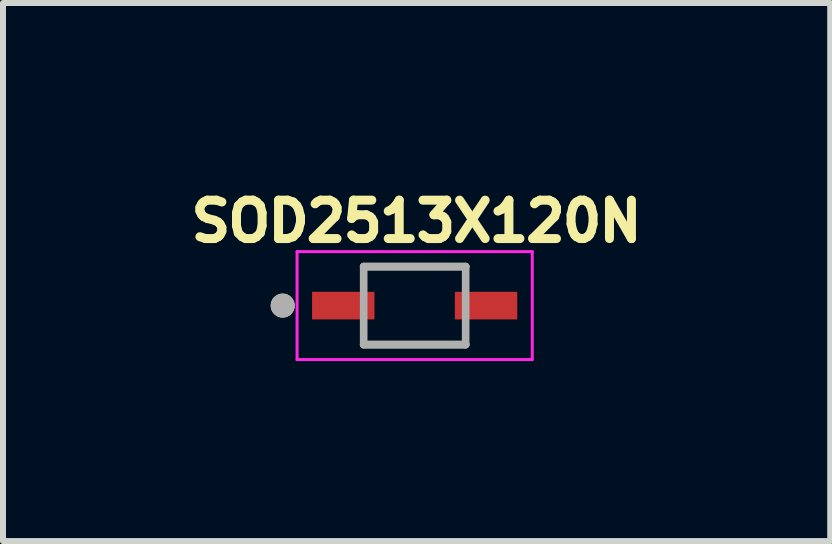
<source format=kicad_pcb>
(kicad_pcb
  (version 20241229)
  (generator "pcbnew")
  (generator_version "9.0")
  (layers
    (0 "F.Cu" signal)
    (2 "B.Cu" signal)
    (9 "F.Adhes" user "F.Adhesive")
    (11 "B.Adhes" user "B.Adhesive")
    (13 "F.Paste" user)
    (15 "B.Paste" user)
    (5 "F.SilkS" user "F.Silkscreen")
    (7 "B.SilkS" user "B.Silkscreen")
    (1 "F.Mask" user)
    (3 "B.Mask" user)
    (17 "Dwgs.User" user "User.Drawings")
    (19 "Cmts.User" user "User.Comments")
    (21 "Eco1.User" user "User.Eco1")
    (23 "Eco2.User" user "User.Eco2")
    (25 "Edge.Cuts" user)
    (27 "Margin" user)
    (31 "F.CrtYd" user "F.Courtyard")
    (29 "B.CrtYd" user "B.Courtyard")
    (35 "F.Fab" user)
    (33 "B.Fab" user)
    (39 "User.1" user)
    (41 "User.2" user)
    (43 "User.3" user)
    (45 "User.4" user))
  (footprint "SOD2513X120N"
    (layer "F.Cu")
    (at 3.862 2.044)
    (property "Reference" "SOD2513X120N" (at 0.032 -1.406 0) (layer "F.SilkS") (effects (font (size 0.64 0.64) (thickness 0.15))))
    (attr through_hole)
    (fp_line (start -0.85 0.65) (end 0.85 0.65) (stroke (width 0.127) (type solid)) (layer "F.SilkS"))
    (fp_line (start 0.85 -0.65) (end -0.85 -0.65) (stroke (width 0.127) (type solid)) (layer "F.SilkS"))
    (fp_circle (center -2.2 0) (end -2.1 0) (stroke (width 0.2) (type solid)) (fill no) (layer "F.SilkS"))
    (fp_line (start -1.96 -0.9) (end -1.96 0.9) (stroke (width 0.05) (type solid)) (layer "F.CrtYd"))
    (fp_line (start -1.96 0.9) (end 1.96 0.9) (stroke (width 0.05) (type solid)) (layer "F.CrtYd"))
    (fp_line (start 1.96 -0.9) (end -1.96 -0.9) (stroke (width 0.05) (type solid)) (layer "F.CrtYd"))
    (fp_line (start 1.96 0.9) (end 1.96 -0.9) (stroke (width 0.05) (type solid)) (layer "F.CrtYd"))
    (fp_line (start -0.85 -0.65) (end -0.85 0.65) (stroke (width 0.127) (type solid)) (layer "F.Fab"))
    (fp_line (start -0.85 0.65) (end 0.85 0.65) (stroke (width 0.127) (type solid)) (layer "F.Fab"))
    (fp_line (start 0.85 -0.65) (end -0.85 -0.65) (stroke (width 0.127) (type solid)) (layer "F.Fab"))
    (fp_line (start 0.85 0.65) (end 0.85 -0.65) (stroke (width 0.127) (type solid)) (layer "F.Fab"))
    (fp_circle (center -2.2 0) (end -2.1 0) (stroke (width 0.2) (type solid)) (fill no) (layer "F.Fab"))
    (pad "A" smd rect (at 1.19 0) (size 1.04 0.46) (layers "F.Cu" "F.Mask" "F.Paste"))
    (pad "C" smd rect (at -1.19 0) (size 1.04 0.46) (layers "F.Cu" "F.Mask" "F.Paste")))
  (gr_rect
    (start -3 -3)
    (end 10.789 5.969)
    (stroke (width 0.1) (type default))
    (fill no)
    (layer "Edge.Cuts")))
</source>
